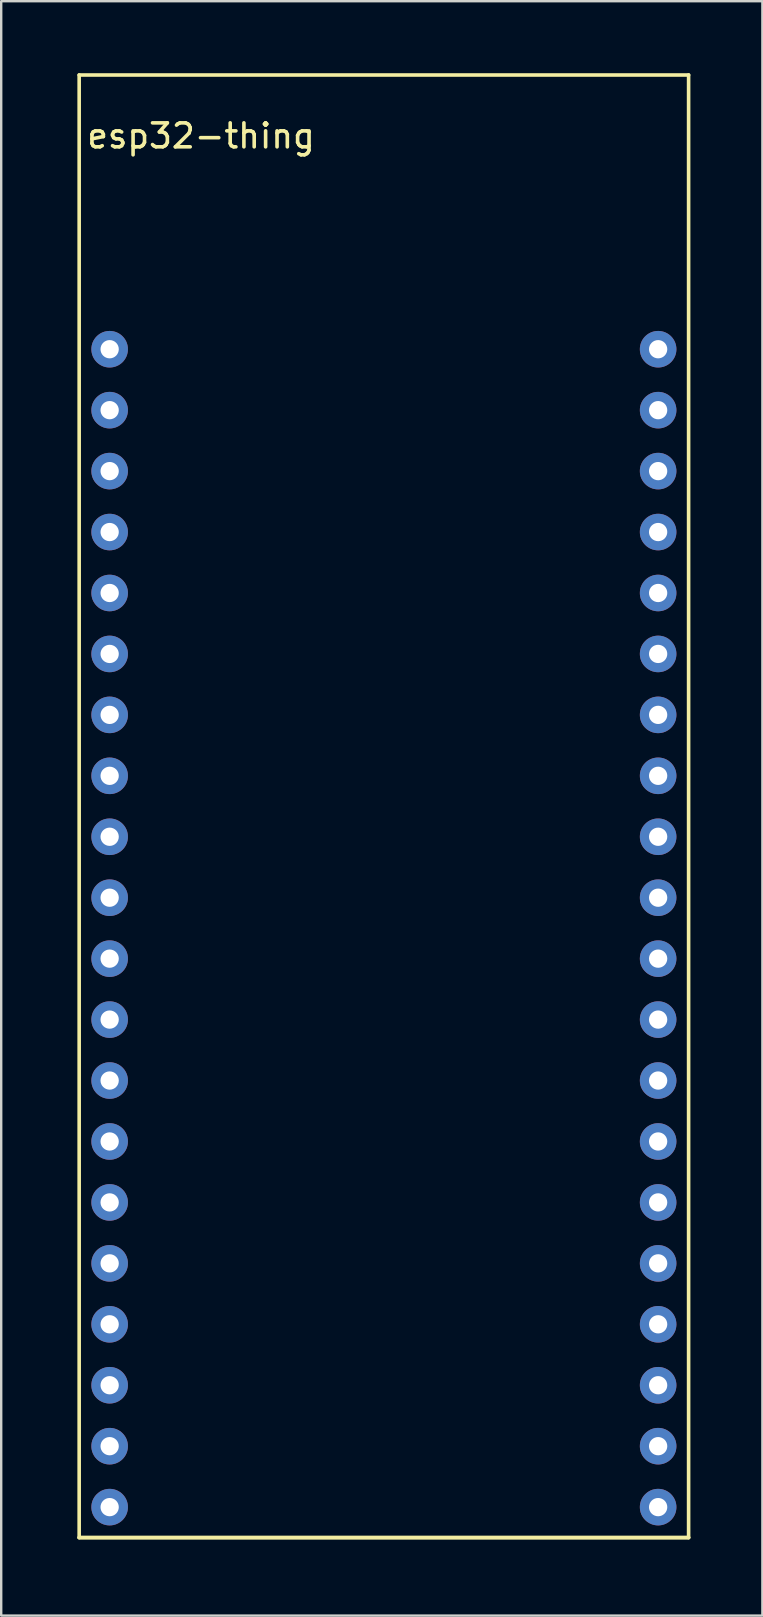
<source format=kicad_pcb>
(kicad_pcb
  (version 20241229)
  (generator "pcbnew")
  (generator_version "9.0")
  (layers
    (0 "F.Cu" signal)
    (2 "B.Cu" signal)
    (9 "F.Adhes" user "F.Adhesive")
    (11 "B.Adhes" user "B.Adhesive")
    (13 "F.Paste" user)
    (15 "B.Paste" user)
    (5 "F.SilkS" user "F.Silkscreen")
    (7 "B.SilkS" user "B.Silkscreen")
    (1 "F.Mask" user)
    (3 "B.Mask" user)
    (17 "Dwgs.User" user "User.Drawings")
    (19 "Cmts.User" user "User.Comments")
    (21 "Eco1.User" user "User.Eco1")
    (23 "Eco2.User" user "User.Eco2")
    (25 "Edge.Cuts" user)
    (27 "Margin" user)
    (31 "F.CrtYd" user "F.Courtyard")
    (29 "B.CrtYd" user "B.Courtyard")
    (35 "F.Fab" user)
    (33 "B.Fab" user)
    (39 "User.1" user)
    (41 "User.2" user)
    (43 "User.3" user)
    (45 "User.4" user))
  (footprint "esp32-thing"
    (layer "F.Cu")
    (at 0.25 61.035)
    (property "Reference" "esp32-thing" (at 5.08 -58.42 0) (layer "F.SilkS") (effects (font (size 1 1) (thickness 0.15))))
    (attr through_hole)
    (fp_line (start 0 -60.96) (end 0 0) (stroke (width 0.15) (type solid)) (layer "F.SilkS"))
    (fp_line (start 0 0) (end 25.4 0) (stroke (width 0.15) (type solid)) (layer "F.SilkS"))
    (fp_line (start 0 0) (end 25.4 0) (stroke (width 0.15) (type solid)) (layer "F.SilkS"))
    (fp_line (start 25.4 -60.96) (end 0 -60.96) (stroke (width 0.15) (type solid)) (layer "F.SilkS"))
    (fp_line (start 25.4 0) (end 25.4 -60.96) (stroke (width 0.15) (type solid)) (layer "F.SilkS"))
    (pad "1" thru_hole circle (at 1.27 -1.27) (size 1.524 1.524) (drill 0.762) (layers "*.Cu" "*.Mask"))
    (pad "2" thru_hole circle (at 1.27 -3.81) (size 1.524 1.524) (drill 0.762) (layers "*.Cu" "*.Mask"))
    (pad "3" thru_hole circle (at 1.27 -6.35) (size 1.524 1.524) (drill 0.762) (layers "*.Cu" "*.Mask"))
    (pad "4" thru_hole circle (at 1.27 -8.89) (size 1.524 1.524) (drill 0.762) (layers "*.Cu" "*.Mask"))
    (pad "5" thru_hole circle (at 1.27 -11.43) (size 1.524 1.524) (drill 0.762) (layers "*.Cu" "*.Mask"))
    (pad "6" thru_hole circle (at 1.27 -13.97) (size 1.524 1.524) (drill 0.762) (layers "*.Cu" "*.Mask"))
    (pad "7" thru_hole circle (at 1.27 -16.51) (size 1.524 1.524) (drill 0.762) (layers "*.Cu" "*.Mask"))
    (pad "8" thru_hole circle (at 1.27 -19.05) (size 1.524 1.524) (drill 0.762) (layers "*.Cu" "*.Mask"))
    (pad "9" thru_hole circle (at 1.27 -21.59) (size 1.524 1.524) (drill 0.762) (layers "*.Cu" "*.Mask"))
    (pad "10" thru_hole circle (at 1.27 -24.13) (size 1.524 1.524) (drill 0.762) (layers "*.Cu" "*.Mask"))
    (pad "11" thru_hole circle (at 1.27 -26.67) (size 1.524 1.524) (drill 0.762) (layers "*.Cu" "*.Mask"))
    (pad "12" thru_hole circle (at 1.27 -29.21) (size 1.524 1.524) (drill 0.762) (layers "*.Cu" "*.Mask"))
    (pad "13" thru_hole circle (at 1.27 -31.75) (size 1.524 1.524) (drill 0.762) (layers "*.Cu" "*.Mask"))
    (pad "14" thru_hole circle (at 1.27 -34.29) (size 1.524 1.524) (drill 0.762) (layers "*.Cu" "*.Mask"))
    (pad "15" thru_hole circle (at 1.27 -36.83) (size 1.524 1.524) (drill 0.762) (layers "*.Cu" "*.Mask"))
    (pad "16" thru_hole circle (at 1.27 -39.37) (size 1.524 1.524) (drill 0.762) (layers "*.Cu" "*.Mask"))
    (pad "17" thru_hole circle (at 1.27 -41.91) (size 1.524 1.524) (drill 0.762) (layers "*.Cu" "*.Mask"))
    (pad "18" thru_hole circle (at 1.27 -44.45) (size 1.524 1.524) (drill 0.762) (layers "*.Cu" "*.Mask"))
    (pad "19" thru_hole circle (at 1.27 -46.99) (size 1.524 1.524) (drill 0.762) (layers "*.Cu" "*.Mask"))
    (pad "20" thru_hole circle (at 1.27 -49.53) (size 1.524 1.524) (drill 0.762) (layers "*.Cu" "*.Mask"))
    (pad "21" thru_hole circle (at 24.13 -1.27) (size 1.524 1.524) (drill 0.762) (layers "*.Cu" "*.Mask"))
    (pad "22" thru_hole circle (at 24.13 -3.81) (size 1.524 1.524) (drill 0.762) (layers "*.Cu" "*.Mask"))
    (pad "23" thru_hole circle (at 24.13 -6.35) (size 1.524 1.524) (drill 0.762) (layers "*.Cu" "*.Mask"))
    (pad "24" thru_hole circle (at 24.13 -8.89) (size 1.524 1.524) (drill 0.762) (layers "*.Cu" "*.Mask"))
    (pad "25" thru_hole circle (at 24.13 -11.43) (size 1.524 1.524) (drill 0.762) (layers "*.Cu" "*.Mask"))
    (pad "26" thru_hole circle (at 24.13 -13.97) (size 1.524 1.524) (drill 0.762) (layers "*.Cu" "*.Mask"))
    (pad "27" thru_hole circle (at 24.13 -16.51) (size 1.524 1.524) (drill 0.762) (layers "*.Cu" "*.Mask"))
    (pad "28" thru_hole circle (at 24.13 -19.05) (size 1.524 1.524) (drill 0.762) (layers "*.Cu" "*.Mask"))
    (pad "29" thru_hole circle (at 24.13 -21.59) (size 1.524 1.524) (drill 0.762) (layers "*.Cu" "*.Mask"))
    (pad "30" thru_hole circle (at 24.13 -24.13) (size 1.524 1.524) (drill 0.762) (layers "*.Cu" "*.Mask"))
    (pad "31" thru_hole circle (at 24.13 -26.67) (size 1.524 1.524) (drill 0.762) (layers "*.Cu" "*.Mask"))
    (pad "32" thru_hole circle (at 24.13 -29.21) (size 1.524 1.524) (drill 0.762) (layers "*.Cu" "*.Mask"))
    (pad "33" thru_hole circle (at 24.13 -31.75) (size 1.524 1.524) (drill 0.762) (layers "*.Cu" "*.Mask"))
    (pad "34" thru_hole circle (at 24.13 -34.29) (size 1.524 1.524) (drill 0.762) (layers "*.Cu" "*.Mask"))
    (pad "35" thru_hole circle (at 24.13 -36.83) (size 1.524 1.524) (drill 0.762) (layers "*.Cu" "*.Mask"))
    (pad "36" thru_hole circle (at 24.13 -39.37) (size 1.524 1.524) (drill 0.762) (layers "*.Cu" "*.Mask"))
    (pad "37" thru_hole circle (at 24.13 -41.91) (size 1.524 1.524) (drill 0.762) (layers "*.Cu" "*.Mask"))
    (pad "38" thru_hole circle (at 24.13 -44.45) (size 1.524 1.524) (drill 0.762) (layers "*.Cu" "*.Mask"))
    (pad "39" thru_hole circle (at 24.13 -46.99) (size 1.524 1.524) (drill 0.762) (layers "*.Cu" "*.Mask"))
    (pad "40" thru_hole circle (at 24.13 -49.53) (size 1.524 1.524) (drill 0.762) (layers "*.Cu" "*.Mask")))
  (gr_rect
    (start -3 -3)
    (end 28.725 64.285)
    (stroke (width 0.1) (type default))
    (fill no)
    (layer "Edge.Cuts")))
</source>
